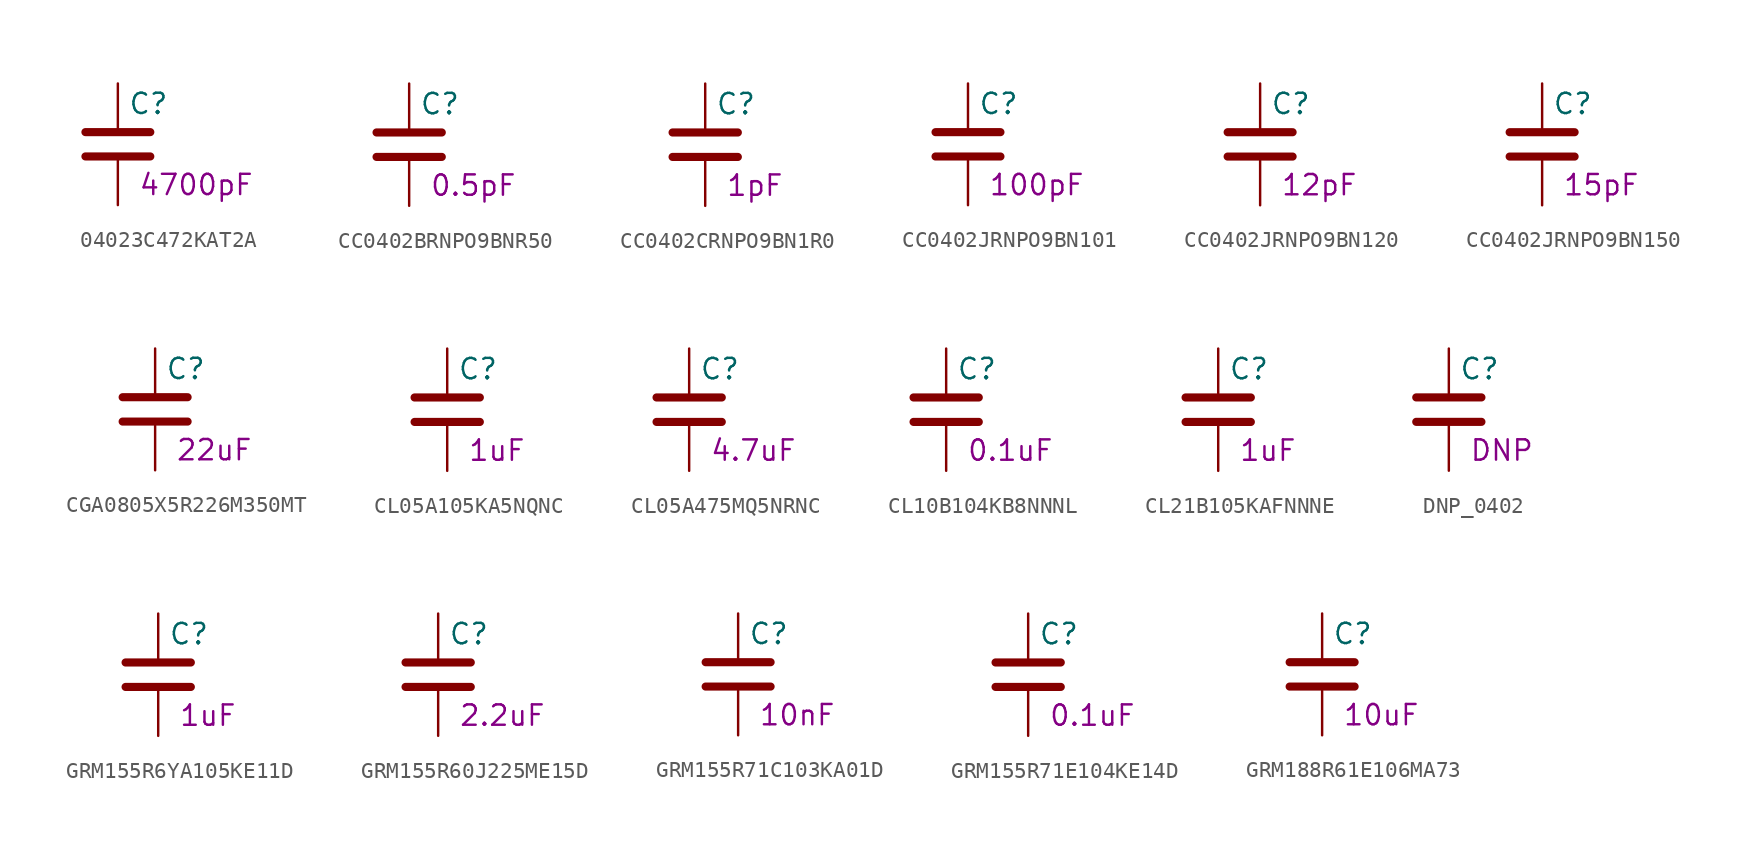
<source format=kicad_sym>
(kicad_symbol_lib
  (version 20220914)
  (generator kicad_symbol_editor)
  (symbol "04023C472KAT2A"
    (pin_numbers hide)
    (pin_names
      (offset 0.254))
    (property "Reference" "C"
      (at 0.635 2.54 0)
      (effects (font (size 1.27 1.27)) (justify left)))
    (property "Capacitance" "4700pF"
      (at 1.27 -2.54 0)
      (effects (font (size 1.27 1.27)) (justify left)))
    (symbol "04023C472KAT2A_0_1"
      (polyline (pts (xy -2.032 -0.762) (xy 2.032 -0.762)) (stroke (width 0.508) (type default)) (fill (type none)))
      (polyline (pts (xy -2.032 0.762) (xy 2.032 0.762)) (stroke (width 0.508) (type default)) (fill (type none))))
    (symbol "04023C472KAT2A_1_1"
      (pin passive line (at 0 3.81 270) (length 2.794) (name "~" (effects (font (size 1.27 1.27)))) (number "1" (effects (font (size 1.27 1.27)))))
      (pin passive line (at 0 -3.81 90) (length 2.794) (name "~" (effects (font (size 1.27 1.27)))) (number "2" (effects (font (size 1.27 1.27)))))))
  (symbol "CC0402BRNPO9BNR50"
    (pin_numbers hide)
    (pin_names
      (offset 0.254))
    (property "Reference" "C"
      (at 0.635 2.54 0)
      (effects (font (size 1.27 1.27)) (justify left)))
    (property "Capacitance" "0.5pF"
      (at 1.27 -2.54 0)
      (effects (font (size 1.27 1.27)) (justify left)))
    (symbol "CC0402BRNPO9BNR50_0_1"
      (polyline (pts (xy -2.032 -0.762) (xy 2.032 -0.762)) (stroke (width 0.508) (type default)) (fill (type none)))
      (polyline (pts (xy -2.032 0.762) (xy 2.032 0.762)) (stroke (width 0.508) (type default)) (fill (type none))))
    (symbol "CC0402BRNPO9BNR50_1_1"
      (pin passive line (at 0 3.81 270) (length 2.794) (name "~" (effects (font (size 1.27 1.27)))) (number "1" (effects (font (size 1.27 1.27)))))
      (pin passive line (at 0 -3.81 90) (length 2.794) (name "~" (effects (font (size 1.27 1.27)))) (number "2" (effects (font (size 1.27 1.27)))))))
  (symbol "CC0402CRNPO9BN1R0"
    (pin_numbers hide)
    (pin_names
      (offset 0.254))
    (property "Reference" "C"
      (at 0.635 2.54 0)
      (effects (font (size 1.27 1.27)) (justify left)))
    (property "Capacitance" "1pF"
      (at 1.27 -2.54 0)
      (effects (font (size 1.27 1.27)) (justify left)))
    (symbol "CC0402CRNPO9BN1R0_0_1"
      (polyline (pts (xy -2.032 -0.762) (xy 2.032 -0.762)) (stroke (width 0.508) (type default)) (fill (type none)))
      (polyline (pts (xy -2.032 0.762) (xy 2.032 0.762)) (stroke (width 0.508) (type default)) (fill (type none))))
    (symbol "CC0402CRNPO9BN1R0_1_1"
      (pin passive line (at 0 3.81 270) (length 2.794) (name "~" (effects (font (size 1.27 1.27)))) (number "1" (effects (font (size 1.27 1.27)))))
      (pin passive line (at 0 -3.81 90) (length 2.794) (name "~" (effects (font (size 1.27 1.27)))) (number "2" (effects (font (size 1.27 1.27)))))))
  (symbol "CC0402JRNPO9BN101"
    (pin_numbers hide)
    (pin_names
      (offset 0.254))
    (property "Reference" "C"
      (at 0.635 2.54 0)
      (effects (font (size 1.27 1.27)) (justify left)))
    (property "Capacitance" "100pF"
      (at 1.27 -2.54 0)
      (effects (font (size 1.27 1.27)) (justify left)))
    (symbol "CC0402JRNPO9BN101_0_1"
      (polyline (pts (xy -2.032 -0.762) (xy 2.032 -0.762)) (stroke (width 0.508) (type default)) (fill (type none)))
      (polyline (pts (xy -2.032 0.762) (xy 2.032 0.762)) (stroke (width 0.508) (type default)) (fill (type none))))
    (symbol "CC0402JRNPO9BN101_1_1"
      (pin passive line (at 0 3.81 270) (length 2.794) (name "~" (effects (font (size 1.27 1.27)))) (number "1" (effects (font (size 1.27 1.27)))))
      (pin passive line (at 0 -3.81 90) (length 2.794) (name "~" (effects (font (size 1.27 1.27)))) (number "2" (effects (font (size 1.27 1.27)))))))
  (symbol "CC0402JRNPO9BN120"
    (pin_numbers hide)
    (pin_names
      (offset 0.254))
    (property "Reference" "C"
      (at 0.635 2.54 0)
      (effects (font (size 1.27 1.27)) (justify left)))
    (property "Capacitance" "12pF"
      (at 1.27 -2.54 0)
      (effects (font (size 1.27 1.27)) (justify left)))
    (symbol "CC0402JRNPO9BN120_0_1"
      (polyline (pts (xy -2.032 -0.762) (xy 2.032 -0.762)) (stroke (width 0.508) (type default)) (fill (type none)))
      (polyline (pts (xy -2.032 0.762) (xy 2.032 0.762)) (stroke (width 0.508) (type default)) (fill (type none))))
    (symbol "CC0402JRNPO9BN120_1_1"
      (pin passive line (at 0 3.81 270) (length 2.794) (name "~" (effects (font (size 1.27 1.27)))) (number "1" (effects (font (size 1.27 1.27)))))
      (pin passive line (at 0 -3.81 90) (length 2.794) (name "~" (effects (font (size 1.27 1.27)))) (number "2" (effects (font (size 1.27 1.27)))))))
  (symbol "CC0402JRNPO9BN150"
    (pin_numbers hide)
    (pin_names
      (offset 0.254))
    (property "Reference" "C"
      (at 0.635 2.54 0)
      (effects (font (size 1.27 1.27)) (justify left)))
    (property "Capacitance" "15pF"
      (at 1.27 -2.54 0)
      (effects (font (size 1.27 1.27)) (justify left)))
    (symbol "CC0402JRNPO9BN150_0_1"
      (polyline (pts (xy -2.032 -0.762) (xy 2.032 -0.762)) (stroke (width 0.508) (type default)) (fill (type none)))
      (polyline (pts (xy -2.032 0.762) (xy 2.032 0.762)) (stroke (width 0.508) (type default)) (fill (type none))))
    (symbol "CC0402JRNPO9BN150_1_1"
      (pin passive line (at 0 3.81 270) (length 2.794) (name "~" (effects (font (size 1.27 1.27)))) (number "1" (effects (font (size 1.27 1.27)))))
      (pin passive line (at 0 -3.81 90) (length 2.794) (name "~" (effects (font (size 1.27 1.27)))) (number "2" (effects (font (size 1.27 1.27)))))))
  (symbol "CGA0805X5R226M350MT"
    (pin_numbers hide)
    (pin_names
      (offset 0.254))
    (property "Reference" "C"
      (at 0.635 2.54 0)
      (effects (font (size 1.27 1.27)) (justify left)))
    (property "Capacitance" "22uF"
      (at 1.27 -2.54 0)
      (effects (font (size 1.27 1.27)) (justify left)))
    (symbol "CGA0805X5R226M350MT_0_1"
      (polyline (pts (xy -2.032 -0.762) (xy 2.032 -0.762)) (stroke (width 0.508) (type default)) (fill (type none)))
      (polyline (pts (xy -2.032 0.762) (xy 2.032 0.762)) (stroke (width 0.508) (type default)) (fill (type none))))
    (symbol "CGA0805X5R226M350MT_1_1"
      (pin passive line (at 0 3.81 270) (length 2.794) (name "~" (effects (font (size 1.27 1.27)))) (number "1" (effects (font (size 1.27 1.27)))))
      (pin passive line (at 0 -3.81 90) (length 2.794) (name "~" (effects (font (size 1.27 1.27)))) (number "2" (effects (font (size 1.27 1.27)))))))
  (symbol "CL05A105KA5NQNC"
    (pin_numbers hide)
    (pin_names
      (offset 0.254))
    (property "Reference" "C"
      (at 0.635 2.54 0)
      (effects (font (size 1.27 1.27)) (justify left)))
    (property "Capacitance" "1uF"
      (at 1.27 -2.54 0)
      (effects (font (size 1.27 1.27)) (justify left)))
    (symbol "CL05A105KA5NQNC_0_1"
      (polyline (pts (xy -2.032 -0.762) (xy 2.032 -0.762)) (stroke (width 0.508) (type default)) (fill (type none)))
      (polyline (pts (xy -2.032 0.762) (xy 2.032 0.762)) (stroke (width 0.508) (type default)) (fill (type none))))
    (symbol "CL05A105KA5NQNC_1_1"
      (pin passive line (at 0 3.81 270) (length 2.794) (name "~" (effects (font (size 1.27 1.27)))) (number "1" (effects (font (size 1.27 1.27)))))
      (pin passive line (at 0 -3.81 90) (length 2.794) (name "~" (effects (font (size 1.27 1.27)))) (number "2" (effects (font (size 1.27 1.27)))))))
  (symbol "CL05A475MQ5NRNC"
    (pin_numbers hide)
    (pin_names
      (offset 0.254))
    (property "Reference" "C"
      (at 0.635 2.54 0)
      (effects (font (size 1.27 1.27)) (justify left)))
    (property "Capacitance" "4.7uF"
      (at 1.27 -2.54 0)
      (effects (font (size 1.27 1.27)) (justify left)))
    (symbol "CL05A475MQ5NRNC_0_1"
      (polyline (pts (xy -2.032 -0.762) (xy 2.032 -0.762)) (stroke (width 0.508) (type default)) (fill (type none)))
      (polyline (pts (xy -2.032 0.762) (xy 2.032 0.762)) (stroke (width 0.508) (type default)) (fill (type none))))
    (symbol "CL05A475MQ5NRNC_1_1"
      (pin passive line (at 0 3.81 270) (length 2.794) (name "~" (effects (font (size 1.27 1.27)))) (number "1" (effects (font (size 1.27 1.27)))))
      (pin passive line (at 0 -3.81 90) (length 2.794) (name "~" (effects (font (size 1.27 1.27)))) (number "2" (effects (font (size 1.27 1.27)))))))
  (symbol "CL10B104KB8NNNL"
    (pin_numbers hide)
    (pin_names
      (offset 0.254))
    (property "Reference" "C"
      (at 0.635 2.54 0)
      (effects (font (size 1.27 1.27)) (justify left)))
    (property "Capacitance" "0.1uF"
      (at 1.27 -2.54 0)
      (effects (font (size 1.27 1.27)) (justify left)))
    (symbol "CL10B104KB8NNNL_0_1"
      (polyline (pts (xy -2.032 -0.762) (xy 2.032 -0.762)) (stroke (width 0.508) (type default)) (fill (type none)))
      (polyline (pts (xy -2.032 0.762) (xy 2.032 0.762)) (stroke (width 0.508) (type default)) (fill (type none))))
    (symbol "CL10B104KB8NNNL_1_1"
      (pin passive line (at 0 3.81 270) (length 2.794) (name "~" (effects (font (size 1.27 1.27)))) (number "1" (effects (font (size 1.27 1.27)))))
      (pin passive line (at 0 -3.81 90) (length 2.794) (name "~" (effects (font (size 1.27 1.27)))) (number "2" (effects (font (size 1.27 1.27)))))))
  (symbol "CL21B105KAFNNNE"
    (pin_numbers hide)
    (pin_names
      (offset 0.254))
    (property "Reference" "C"
      (at 0.635 2.54 0)
      (effects (font (size 1.27 1.27)) (justify left)))
    (property "Capacitance" "1uF"
      (at 1.27 -2.54 0)
      (effects (font (size 1.27 1.27)) (justify left)))
    (symbol "CL21B105KAFNNNE_0_1"
      (polyline (pts (xy -2.032 -0.762) (xy 2.032 -0.762)) (stroke (width 0.508) (type default)) (fill (type none)))
      (polyline (pts (xy -2.032 0.762) (xy 2.032 0.762)) (stroke (width 0.508) (type default)) (fill (type none))))
    (symbol "CL21B105KAFNNNE_1_1"
      (pin passive line (at 0 3.81 270) (length 2.794) (name "~" (effects (font (size 1.27 1.27)))) (number "1" (effects (font (size 1.27 1.27)))))
      (pin passive line (at 0 -3.81 90) (length 2.794) (name "~" (effects (font (size 1.27 1.27)))) (number "2" (effects (font (size 1.27 1.27)))))))
  (symbol "DNP_0402"
    (pin_numbers hide)
    (pin_names
      (offset 0.254))
    (property "Reference" "C"
      (at 0.635 2.54 0)
      (effects (font (size 1.27 1.27)) (justify left)))
    (property "Capacitance" "DNP"
      (at 1.27 -2.54 0)
      (effects (font (size 1.27 1.27)) (justify left)))
    (symbol "DNP_0402_0_1"
      (polyline (pts (xy -2.032 -0.762) (xy 2.032 -0.762)) (stroke (width 0.508) (type default)) (fill (type none)))
      (polyline (pts (xy -2.032 0.762) (xy 2.032 0.762)) (stroke (width 0.508) (type default)) (fill (type none))))
    (symbol "DNP_0402_1_1"
      (pin passive line (at 0 3.81 270) (length 2.794) (name "~" (effects (font (size 1.27 1.27)))) (number "1" (effects (font (size 1.27 1.27)))))
      (pin passive line (at 0 -3.81 90) (length 2.794) (name "~" (effects (font (size 1.27 1.27)))) (number "2" (effects (font (size 1.27 1.27)))))))
  (symbol "GRM155R6YA105KE11D"
    (pin_numbers hide)
    (pin_names
      (offset 0.254))
    (property "Reference" "C"
      (at 0.635 2.54 0)
      (effects (font (size 1.27 1.27)) (justify left)))
    (property "Capacitance" "1uF"
      (at 1.27 -2.54 0)
      (effects (font (size 1.27 1.27)) (justify left)))
    (symbol "GRM155R6YA105KE11D_0_1"
      (polyline (pts (xy -2.032 -0.762) (xy 2.032 -0.762)) (stroke (width 0.508) (type default)) (fill (type none)))
      (polyline (pts (xy -2.032 0.762) (xy 2.032 0.762)) (stroke (width 0.508) (type default)) (fill (type none))))
    (symbol "GRM155R6YA105KE11D_1_1"
      (pin passive line (at 0 3.81 270) (length 2.794) (name "~" (effects (font (size 1.27 1.27)))) (number "1" (effects (font (size 1.27 1.27)))))
      (pin passive line (at 0 -3.81 90) (length 2.794) (name "~" (effects (font (size 1.27 1.27)))) (number "2" (effects (font (size 1.27 1.27)))))))
  (symbol "GRM155R60J225ME15D"
    (pin_numbers hide)
    (pin_names
      (offset 0.254))
    (property "Reference" "C"
      (at 0.635 2.54 0)
      (effects (font (size 1.27 1.27)) (justify left)))
    (property "Capacitance" "2.2uF"
      (at 1.27 -2.54 0)
      (effects (font (size 1.27 1.27)) (justify left)))
    (symbol "GRM155R60J225ME15D_0_1"
      (polyline (pts (xy -2.032 -0.762) (xy 2.032 -0.762)) (stroke (width 0.508) (type default)) (fill (type none)))
      (polyline (pts (xy -2.032 0.762) (xy 2.032 0.762)) (stroke (width 0.508) (type default)) (fill (type none))))
    (symbol "GRM155R60J225ME15D_1_1"
      (pin passive line (at 0 3.81 270) (length 2.794) (name "~" (effects (font (size 1.27 1.27)))) (number "1" (effects (font (size 1.27 1.27)))))
      (pin passive line (at 0 -3.81 90) (length 2.794) (name "~" (effects (font (size 1.27 1.27)))) (number "2" (effects (font (size 1.27 1.27)))))))
  (symbol "GRM155R71C103KA01D"
    (pin_numbers hide)
    (pin_names
      (offset 0.254))
    (property "Reference" "C"
      (at 0.635 2.54 0)
      (effects (font (size 1.27 1.27)) (justify left)))
    (property "Capacitance" "10nF"
      (at 1.27 -2.54 0)
      (effects (font (size 1.27 1.27)) (justify left)))
    (symbol "GRM155R71C103KA01D_0_1"
      (polyline (pts (xy -2.032 -0.762) (xy 2.032 -0.762)) (stroke (width 0.508) (type default)) (fill (type none)))
      (polyline (pts (xy -2.032 0.762) (xy 2.032 0.762)) (stroke (width 0.508) (type default)) (fill (type none))))
    (symbol "GRM155R71C103KA01D_1_1"
      (pin passive line (at 0 3.81 270) (length 2.794) (name "~" (effects (font (size 1.27 1.27)))) (number "1" (effects (font (size 1.27 1.27)))))
      (pin passive line (at 0 -3.81 90) (length 2.794) (name "~" (effects (font (size 1.27 1.27)))) (number "2" (effects (font (size 1.27 1.27)))))))
  (symbol "GRM155R71E104KE14D"
    (pin_numbers hide)
    (pin_names
      (offset 0.254))
    (property "Reference" "C"
      (at 0.635 2.54 0)
      (effects (font (size 1.27 1.27)) (justify left)))
    (property "Capacitance" "0.1uF"
      (at 1.27 -2.54 0)
      (effects (font (size 1.27 1.27)) (justify left)))
    (symbol "GRM155R71E104KE14D_0_1"
      (polyline (pts (xy -2.032 -0.762) (xy 2.032 -0.762)) (stroke (width 0.508) (type default)) (fill (type none)))
      (polyline (pts (xy -2.032 0.762) (xy 2.032 0.762)) (stroke (width 0.508) (type default)) (fill (type none))))
    (symbol "GRM155R71E104KE14D_1_1"
      (pin passive line (at 0 3.81 270) (length 2.794) (name "~" (effects (font (size 1.27 1.27)))) (number "1" (effects (font (size 1.27 1.27)))))
      (pin passive line (at 0 -3.81 90) (length 2.794) (name "~" (effects (font (size 1.27 1.27)))) (number "2" (effects (font (size 1.27 1.27)))))))
  (symbol "GRM188R61E106MA73"
    (pin_numbers hide)
    (pin_names
      (offset 0.254))
    (property "Reference" "C"
      (at 0.635 2.54 0)
      (effects (font (size 1.27 1.27)) (justify left)))
    (property "Capacitance" "10uF"
      (at 1.27 -2.54 0)
      (effects (font (size 1.27 1.27)) (justify left)))
    (symbol "GRM188R61E106MA73_0_1"
      (polyline (pts (xy -2.032 -0.762) (xy 2.032 -0.762)) (stroke (width 0.508) (type default)) (fill (type none)))
      (polyline (pts (xy -2.032 0.762) (xy 2.032 0.762)) (stroke (width 0.508) (type default)) (fill (type none))))
    (symbol "GRM188R61E106MA73_1_1"
      (pin passive line (at 0 3.81 270) (length 2.794) (name "~" (effects (font (size 1.27 1.27)))) (number "1" (effects (font (size 1.27 1.27)))))
      (pin passive line (at 0 -3.81 90) (length 2.794) (name "~" (effects (font (size 1.27 1.27)))) (number "2" (effects (font (size 1.27 1.27))))))))
</source>
